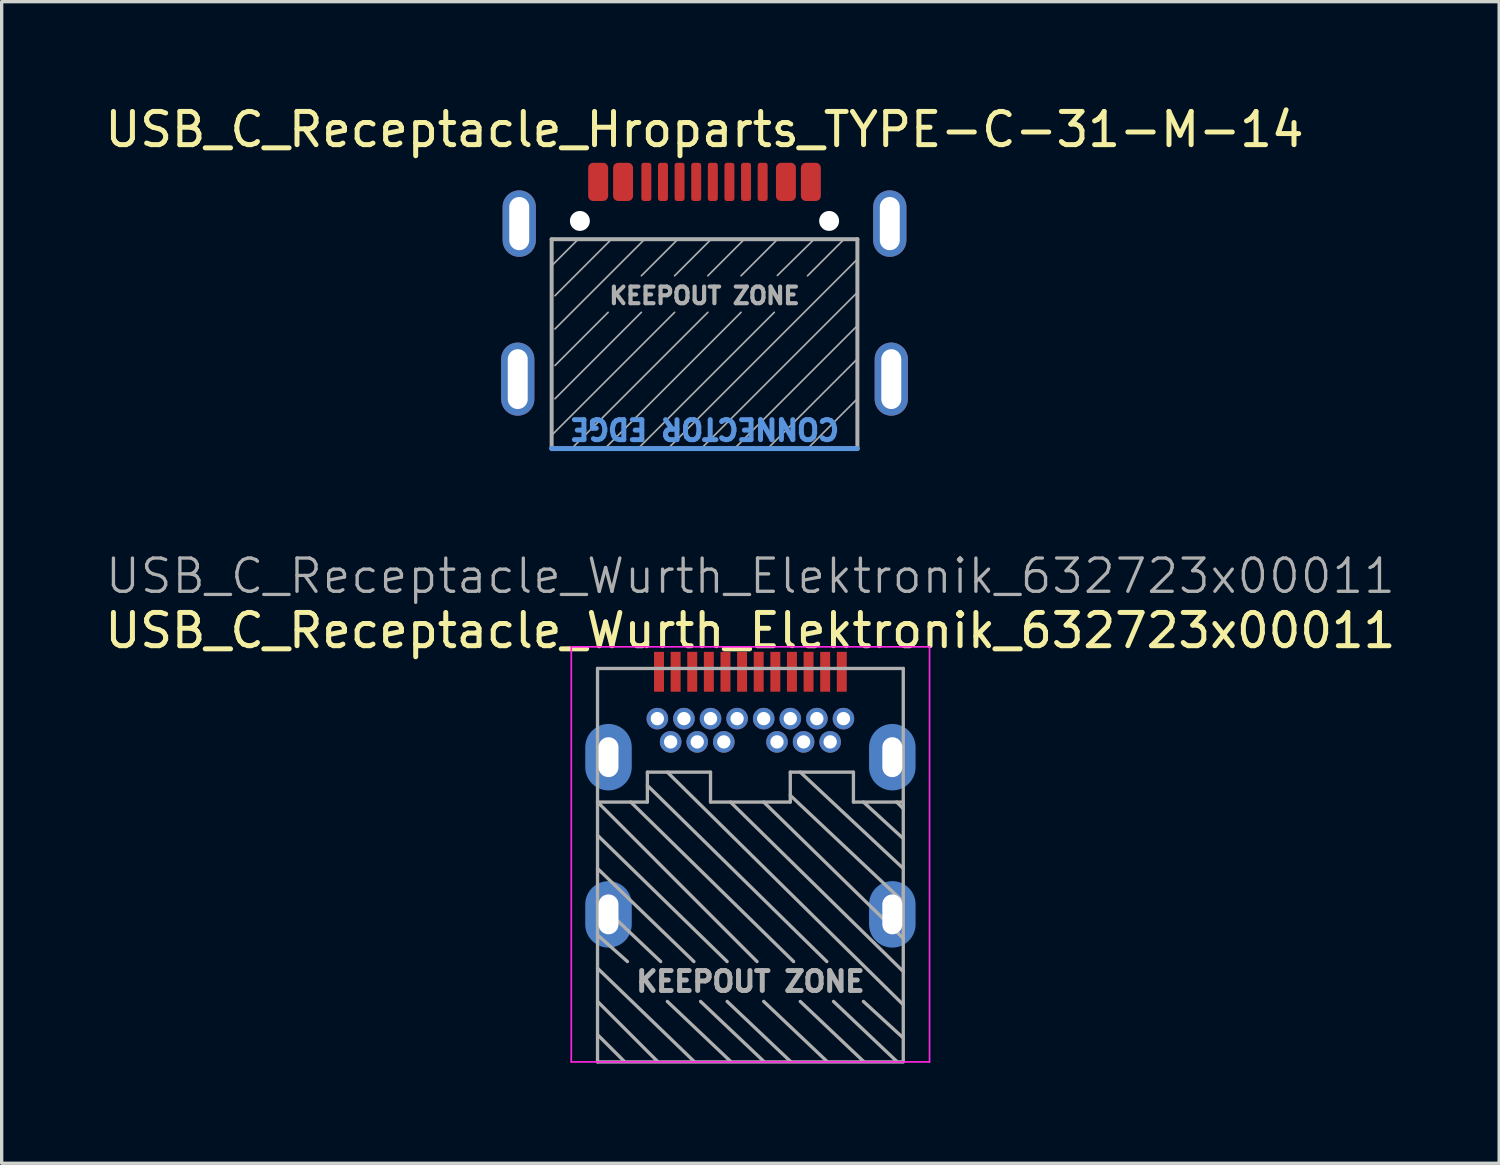
<source format=kicad_pcb>
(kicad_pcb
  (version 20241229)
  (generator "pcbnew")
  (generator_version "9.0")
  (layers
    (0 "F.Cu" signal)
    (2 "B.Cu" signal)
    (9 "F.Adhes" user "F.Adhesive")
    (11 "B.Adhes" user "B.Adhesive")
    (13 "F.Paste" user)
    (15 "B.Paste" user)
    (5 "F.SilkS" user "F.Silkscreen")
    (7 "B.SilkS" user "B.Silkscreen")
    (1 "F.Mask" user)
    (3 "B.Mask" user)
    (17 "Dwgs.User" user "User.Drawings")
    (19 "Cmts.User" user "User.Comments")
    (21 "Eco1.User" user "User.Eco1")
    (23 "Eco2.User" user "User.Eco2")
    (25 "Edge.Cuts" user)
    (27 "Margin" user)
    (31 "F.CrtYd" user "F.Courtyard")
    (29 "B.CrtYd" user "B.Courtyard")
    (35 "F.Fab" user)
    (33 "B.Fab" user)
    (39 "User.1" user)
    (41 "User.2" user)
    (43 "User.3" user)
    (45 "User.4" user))
  (footprint "USB_C_Receptacle_Hroparts_TYPE-C-31-M-14"
    (layer "F.Cu")
    (at 18.149 1.848)
    (property "Reference" "USB_C_Receptacle_Hroparts_TYPE-C-31-M-14" (at 0 -1 0) (layer "F.SilkS") (effects (font (size 1 1) (thickness 0.15))))
    (attr through_hole)
    (fp_line (start 4.6 8.6) (end -4.6 8.6) (stroke (width 0.15) (type solid)) (layer "Cmts.User"))
    (fp_line (start -4.6 3.1) (end -3.8 2.3) (stroke (width 0.05) (type solid)) (layer "F.Fab"))
    (fp_line (start -4.6 8.2) (end -0.9 4.5) (stroke (width 0.05) (type solid)) (layer "F.Fab"))
    (fp_line (start -4.6 8.6) (end -4.6 2.3) (stroke (width 0.12) (type solid)) (layer "F.Fab"))
    (fp_line (start -4.6 8.6) (end 4.6 8.6) (stroke (width 0.12) (type solid)) (layer "F.Fab"))
    (fp_line (start -4.5 4) (end -2.8 2.3) (stroke (width 0.05) (type solid)) (layer "F.Fab"))
    (fp_line (start -4.5 5) (end -1.8 2.3) (stroke (width 0.05) (type solid)) (layer "F.Fab"))
    (fp_line (start -4.5 6.1) (end -2.9 4.5) (stroke (width 0.05) (type solid)) (layer "F.Fab"))
    (fp_line (start -4.5 7.1) (end -1.9 4.5) (stroke (width 0.05) (type solid)) (layer "F.Fab"))
    (fp_line (start -4 8.6) (end 0.1 4.5) (stroke (width 0.05) (type solid)) (layer "F.Fab"))
    (fp_line (start -3 8.6) (end 1.1 4.5) (stroke (width 0.05) (type solid)) (layer "F.Fab"))
    (fp_line (start -2 8.6) (end 2.1 4.5) (stroke (width 0.05) (type solid)) (layer "F.Fab"))
    (fp_line (start -1.9 3.4) (end -0.8 2.3) (stroke (width 0.05) (type solid)) (layer "F.Fab"))
    (fp_line (start -1.1 8.6) (end 4.6 2.9) (stroke (width 0.05) (type solid)) (layer "F.Fab"))
    (fp_line (start -0.9 3.4) (end 0.2 2.3) (stroke (width 0.05) (type solid)) (layer "F.Fab"))
    (fp_line (start -0.1 8.6) (end 4.6 3.9) (stroke (width 0.05) (type solid)) (layer "F.Fab"))
    (fp_line (start 0.1 3.4) (end 1.2 2.3) (stroke (width 0.05) (type solid)) (layer "F.Fab"))
    (fp_line (start 0.9 8.6) (end 4.6 4.9) (stroke (width 0.05) (type solid)) (layer "F.Fab"))
    (fp_line (start 1.1 3.4) (end 2.2 2.3) (stroke (width 0.05) (type solid)) (layer "F.Fab"))
    (fp_line (start 1.9 8.6) (end 4.6 5.9) (stroke (width 0.05) (type solid)) (layer "F.Fab"))
    (fp_line (start 2.192 3.391) (end 3.3 2.3) (stroke (width 0.05) (type solid)) (layer "F.Fab"))
    (fp_line (start 3.1 3.4) (end 4.2 2.3) (stroke (width 0.05) (type solid)) (layer "F.Fab"))
    (fp_line (start 3.1 8.6) (end 4.6 7.1) (stroke (width 0.05) (type solid)) (layer "F.Fab"))
    (fp_line (start 4.6 2.3) (end -4.6 2.3) (stroke (width 0.12) (type solid)) (layer "F.Fab"))
    (fp_line (start 4.6 8.6) (end 4.6 2.3) (stroke (width 0.12) (type solid)) (layer "F.Fab"))
    (fp_text user "CONNECTOR EDGE" (at 0 8 180) (unlocked yes) (layer "Cmts.User") (effects (font (size 0.6 0.6) (thickness 0.15))))
    (fp_text user "KEEPOUT ZONE" (at 0 4 0) (layer "F.Fab") (effects (font (size 0.5 0.5) (thickness 0.125))))
    (pad "" np_thru_hole circle (at -3.75 1.75) (size 0.6 0.6) (drill 0.6) (layers "*.Cu" "*.Mask"))
    (pad "" np_thru_hole circle (at 3.75 1.75) (size 0.6 0.6) (drill 0.6) (layers "*.Cu" "*.Mask"))
    (pad "A1" smd roundrect (at -3.2 0.575) (size 0.6 1.15) (layers "F.Cu" "F.Mask" "F.Paste") (roundrect_rratio 0.25))
    (pad "A4" smd roundrect (at -2.45 0.575) (size 0.6 1.15) (layers "F.Cu" "F.Mask" "F.Paste") (roundrect_rratio 0.25))
    (pad "A5" smd roundrect (at -1.25 0.575) (size 0.3 1.15) (layers "F.Cu" "F.Mask" "F.Paste") (roundrect_rratio 0.25))
    (pad "A6" smd roundrect (at -0.25 0.575) (size 0.3 1.15) (layers "F.Cu" "F.Mask" "F.Paste") (roundrect_rratio 0.25))
    (pad "A7" smd roundrect (at 0.25 0.575) (size 0.3 1.15) (layers "F.Cu" "F.Mask" "F.Paste") (roundrect_rratio 0.25))
    (pad "A8" smd roundrect (at 1.25 0.575) (size 0.3 1.15) (layers "F.Cu" "F.Mask" "F.Paste") (roundrect_rratio 0.25))
    (pad "B1" smd roundrect (at 3.2 0.575) (size 0.6 1.15) (layers "F.Cu" "F.Mask" "F.Paste") (roundrect_rratio 0.25))
    (pad "B4" smd roundrect (at 2.45 0.575) (size 0.6 1.15) (layers "F.Cu" "F.Mask" "F.Paste") (roundrect_rratio 0.25))
    (pad "B5" smd roundrect (at 1.75 0.575) (size 0.3 1.15) (layers "F.Cu" "F.Mask" "F.Paste") (roundrect_rratio 0.25))
    (pad "B6" smd roundrect (at 0.75 0.575) (size 0.3 1.15) (layers "F.Cu" "F.Mask" "F.Paste") (roundrect_rratio 0.25))
    (pad "B7" smd roundrect (at -0.75 0.575) (size 0.3 1.15) (layers "F.Cu" "F.Mask" "F.Paste") (roundrect_rratio 0.25))
    (pad "B8" smd roundrect (at -1.75 0.575) (size 0.3 1.15) (layers "F.Cu" "F.Mask" "F.Paste") (roundrect_rratio 0.25))
    (pad "S" thru_hole oval (at -5.62 6.51) (size 1 2.2) (drill oval 0.6 1.8) (layers "*.Cu" "*.Mask"))
    (pad "S" thru_hole oval (at -5.575 1.83) (size 1 2) (drill oval 0.6 1.6) (layers "*.Cu" "*.Mask"))
    (pad "S" thru_hole oval (at 5.575 1.83) (size 1 2) (drill oval 0.6 1.6) (layers "*.Cu" "*.Mask"))
    (pad "S" thru_hole oval (at 5.62 6.51) (size 1 2.2) (drill oval 0.6 1.8) (layers "*.Cu" "*.Mask")))
  (footprint "USB_C_Receptacle_Wurth_Elektronik_632723x00011"
    (layer "F.Cu")
    (at 19.53 18.584)
    (property "Reference" "USB_C_Receptacle_Wurth_Elektronik_632723x00011" (at 0 -2.66 0) (layer "F.SilkS") (effects (font (size 1 1) (thickness 0.15))))
    (attr smd)
    (fp_line (start -5.39 -2.17) (end 5.39 -2.17) (stroke (width 0.05) (type solid)) (layer "F.CrtYd"))
    (fp_line (start -5.39 10.32) (end -5.39 -2.17) (stroke (width 0.05) (type solid)) (layer "F.CrtYd"))
    (fp_line (start 5.39 -2.17) (end 5.39 10.32) (stroke (width 0.05) (type solid)) (layer "F.CrtYd"))
    (fp_line (start 5.39 10.32) (end -5.39 10.32) (stroke (width 0.05) (type solid)) (layer "F.CrtYd"))
    (fp_line (start -4.6 -1.52) (end 4.6 -1.52) (stroke (width 0.1) (type solid)) (layer "F.Fab"))
    (fp_line (start -4.6 2.5) (end -3.1 2.5) (stroke (width 0.1) (type solid)) (layer "F.Fab"))
    (fp_line (start -4.6 2.5) (end 0.2 7.3) (stroke (width 0.1) (type solid)) (layer "F.Fab"))
    (fp_line (start -4.6 3.5) (end -0.7 7.3) (stroke (width 0.1) (type solid)) (layer "F.Fab"))
    (fp_line (start -4.6 4.5) (end -1.7 7.3) (stroke (width 0.1) (type solid)) (layer "F.Fab"))
    (fp_line (start -4.6 5.5) (end -2.7 7.3) (stroke (width 0.1) (type solid)) (layer "F.Fab"))
    (fp_line (start -4.6 6.5) (end -3.7 7.3) (stroke (width 0.1) (type solid)) (layer "F.Fab"))
    (fp_line (start -4.6 7.5) (end -1.7 10.3) (stroke (width 0.1) (type solid)) (layer "F.Fab"))
    (fp_line (start -4.6 8.5) (end -2.8 10.3) (stroke (width 0.1) (type solid)) (layer "F.Fab"))
    (fp_line (start -4.6 9.5) (end -3.8 10.3) (stroke (width 0.1) (type solid)) (layer "F.Fab"))
    (fp_line (start -4.6 10.32) (end -4.6 -1.52) (stroke (width 0.1) (type solid)) (layer "F.Fab"))
    (fp_line (start -4.6 10.32) (end 4.6 10.32) (stroke (width 0.1) (type solid)) (layer "F.Fab"))
    (fp_line (start -3.1 1.6) (end -3.1 2.5) (stroke (width 0.1) (type solid)) (layer "F.Fab"))
    (fp_line (start -3.1 1.6) (end -1.2 1.6) (stroke (width 0.1) (type solid)) (layer "F.Fab"))
    (fp_line (start -2.5 8.5) (end -0.6 10.3) (stroke (width 0.1) (type solid)) (layer "F.Fab"))
    (fp_line (start -1.5 8.5) (end 0.4 10.3) (stroke (width 0.1) (type solid)) (layer "F.Fab"))
    (fp_line (start -1.2 1.6) (end -1.2 2.5) (stroke (width 0.1) (type solid)) (layer "F.Fab"))
    (fp_line (start -0.7 8.5) (end 1.2 10.3) (stroke (width 0.1) (type solid)) (layer "F.Fab"))
    (fp_line (start 0.4 8.5) (end 2.3 10.3) (stroke (width 0.1) (type solid)) (layer "F.Fab"))
    (fp_line (start 1.2 1.6) (end 1.2 2.5) (stroke (width 0.1) (type solid)) (layer "F.Fab"))
    (fp_line (start 1.2 1.6) (end 3.1 1.6) (stroke (width 0.1) (type solid)) (layer "F.Fab"))
    (fp_line (start 1.2 2.5) (end -1.2 2.5) (stroke (width 0.1) (type solid)) (layer "F.Fab"))
    (fp_line (start 1.3 7.3) (end -3.6 2.5) (stroke (width 0.1) (type solid)) (layer "F.Fab"))
    (fp_line (start 1.5 8.5) (end 3.4 10.3) (stroke (width 0.1) (type solid)) (layer "F.Fab"))
    (fp_line (start 2.3 7.3) (end -3.1 2) (stroke (width 0.1) (type solid)) (layer "F.Fab"))
    (fp_line (start 2.5 8.5) (end 4.4 10.3) (stroke (width 0.1) (type solid)) (layer "F.Fab"))
    (fp_line (start 3.1 1.6) (end 3.1 2.5) (stroke (width 0.1) (type solid)) (layer "F.Fab"))
    (fp_line (start 3.4 8.5) (end 4.6 9.6) (stroke (width 0.1) (type solid)) (layer "F.Fab"))
    (fp_line (start 4.6 2.5) (end 3.1 2.5) (stroke (width 0.1) (type solid)) (layer "F.Fab"))
    (fp_line (start 4.6 2.7) (end 4.4 2.5) (stroke (width 0.1) (type solid)) (layer "F.Fab"))
    (fp_line (start 4.6 3.6) (end 3.4 2.5) (stroke (width 0.1) (type solid)) (layer "F.Fab"))
    (fp_line (start 4.6 4.5) (end 1.5 1.6) (stroke (width 0.1) (type solid)) (layer "F.Fab"))
    (fp_line (start 4.6 5.5) (end 1.2 2.3) (stroke (width 0.1) (type solid)) (layer "F.Fab"))
    (fp_line (start 4.6 6.6) (end 0.4 2.5) (stroke (width 0.1) (type solid)) (layer "F.Fab"))
    (fp_line (start 4.6 7.6) (end -0.6 2.5) (stroke (width 0.1) (type solid)) (layer "F.Fab"))
    (fp_line (start 4.6 8.6) (end -2.5 1.6) (stroke (width 0.1) (type solid)) (layer "F.Fab"))
    (fp_line (start 4.6 10.31) (end 4.6 -1.52) (stroke (width 0.1) (type solid)) (layer "F.Fab"))
    (fp_text user "KEEPOUT ZONE" (at 0 7.9 0) (layer "F.Fab") (effects (font (size 0.6 0.6) (thickness 0.15))))
    (fp_text user "${REFERENCE}" (at 0 -4.3 0) (layer "F.Fab") (effects (font (size 1 1) (thickness 0.1))))
    (pad "A1" smd rect (at -2.75 -1.42) (size 0.3 1.2) (layers "F.Cu" "F.Mask" "F.Paste"))
    (pad "A2" smd rect (at -2.25 -1.42) (size 0.3 1.2) (layers "F.Cu" "F.Mask" "F.Paste"))
    (pad "A3" smd rect (at -1.75 -1.42) (size 0.3 1.2) (layers "F.Cu" "F.Mask" "F.Paste"))
    (pad "A4" smd rect (at -1.25 -1.42) (size 0.3 1.2) (layers "F.Cu" "F.Mask" "F.Paste"))
    (pad "A5" smd rect (at -0.75 -1.42) (size 0.3 1.2) (layers "F.Cu" "F.Mask" "F.Paste"))
    (pad "A6" smd rect (at -0.25 -1.42) (size 0.3 1.2) (layers "F.Cu" "F.Mask" "F.Paste"))
    (pad "A7" smd rect (at 0.25 -1.42) (size 0.3 1.2) (layers "F.Cu" "F.Mask" "F.Paste"))
    (pad "A8" smd rect (at 0.75 -1.42) (size 0.3 1.2) (layers "F.Cu" "F.Mask" "F.Paste"))
    (pad "A9" smd rect (at 1.25 -1.42) (size 0.3 1.2) (layers "F.Cu" "F.Mask" "F.Paste"))
    (pad "A10" smd rect (at 1.75 -1.42) (size 0.3 1.2) (layers "F.Cu" "F.Mask" "F.Paste"))
    (pad "A11" smd rect (at 2.25 -1.42) (size 0.3 1.2) (layers "F.Cu" "F.Mask" "F.Paste"))
    (pad "A12" smd rect (at 2.75 -1.42) (size 0.3 1.2) (layers "F.Cu" "F.Mask" "F.Paste"))
    (pad "B1" thru_hole circle (at 2.8 -0.01) (size 0.65 0.65) (drill 0.4) (layers "*.Cu" "*.Mask"))
    (pad "B2" thru_hole circle (at 2.4 0.69) (size 0.65 0.65) (drill 0.4) (layers "*.Cu" "*.Mask"))
    (pad "B3" thru_hole circle (at 1.6 0.69) (size 0.65 0.65) (drill 0.4) (layers "*.Cu" "*.Mask"))
    (pad "B4" thru_hole circle (at 1.2 -0.01) (size 0.65 0.65) (drill 0.4) (layers "*.Cu" "*.Mask"))
    (pad "B5" thru_hole circle (at 0.8 0.69) (size 0.65 0.65) (drill 0.4) (layers "*.Cu" "*.Mask"))
    (pad "B6" thru_hole circle (at 0.4 -0.01) (size 0.65 0.65) (drill 0.4) (layers "*.Cu" "*.Mask"))
    (pad "B7" thru_hole circle (at -0.4 -0.01) (size 0.65 0.65) (drill 0.4) (layers "*.Cu" "*.Mask"))
    (pad "B8" thru_hole circle (at -0.8 0.69) (size 0.65 0.65) (drill 0.4) (layers "*.Cu" "*.Mask"))
    (pad "B9" thru_hole circle (at -1.2 -0.01) (size 0.65 0.65) (drill 0.4) (layers "*.Cu" "*.Mask"))
    (pad "B10" thru_hole circle (at -1.6 0.69) (size 0.65 0.65) (drill 0.4) (layers "*.Cu" "*.Mask"))
    (pad "B11" thru_hole circle (at -2.4 0.69) (size 0.65 0.65) (drill 0.4) (layers "*.Cu" "*.Mask"))
    (pad "B12" thru_hole circle (at -2.8 -0.01) (size 0.65 0.65) (drill 0.4) (layers "*.Cu" "*.Mask"))
    (pad "GND" thru_hole circle (at -2 -0.01) (size 0.65 0.65) (drill 0.4) (layers "*.Cu" "*.Mask"))
    (pad "GND" thru_hole circle (at 2 -0.01) (size 0.65 0.65) (drill 0.4) (layers "*.Cu" "*.Mask"))
    (pad "SHIELD" thru_hole oval (at -4.27 1.15) (size 1 1.6) (drill oval 0.6 1.2) (layers "*.Cu" "*.Mask"))
    (pad "SHIELD" smd oval (at -4.27 1.15) (size 1.4 2) (layers "B.Cu" "B.Mask" "B.Paste"))
    (pad "SHIELD" thru_hole oval (at -4.27 5.88) (size 1 1.6) (drill oval 0.6 1.2) (layers "*.Cu" "*.Mask"))
    (pad "SHIELD" smd oval (at -4.27 5.88) (size 1.4 2) (layers "B.Cu" "B.Mask" "B.Paste"))
    (pad "SHIELD" thru_hole oval (at 4.27 1.15) (size 1 1.6) (drill oval 0.6 1.2) (layers "*.Cu" "*.Mask"))
    (pad "SHIELD" smd oval (at 4.27 1.15) (size 1.4 2) (layers "B.Cu" "B.Mask" "B.Paste"))
    (pad "SHIELD" thru_hole oval (at 4.27 5.88) (size 1 1.6) (drill oval 0.6 1.2) (layers "*.Cu" "*.Mask"))
    (pad "SHIELD" smd oval (at 4.27 5.88) (size 1.4 2) (layers "B.Cu" "B.Mask" "B.Paste")))
  (gr_rect
    (start -3 -3)
    (end 42.06 31.954)
    (stroke (width 0.1) (type default))
    (fill no)
    (layer "Edge.Cuts")))
</source>
